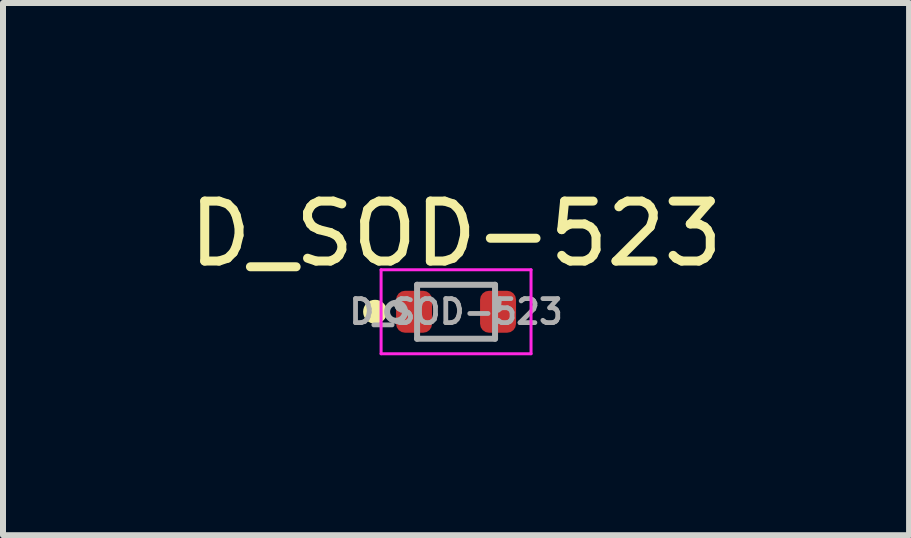
<source format=kicad_pcb>
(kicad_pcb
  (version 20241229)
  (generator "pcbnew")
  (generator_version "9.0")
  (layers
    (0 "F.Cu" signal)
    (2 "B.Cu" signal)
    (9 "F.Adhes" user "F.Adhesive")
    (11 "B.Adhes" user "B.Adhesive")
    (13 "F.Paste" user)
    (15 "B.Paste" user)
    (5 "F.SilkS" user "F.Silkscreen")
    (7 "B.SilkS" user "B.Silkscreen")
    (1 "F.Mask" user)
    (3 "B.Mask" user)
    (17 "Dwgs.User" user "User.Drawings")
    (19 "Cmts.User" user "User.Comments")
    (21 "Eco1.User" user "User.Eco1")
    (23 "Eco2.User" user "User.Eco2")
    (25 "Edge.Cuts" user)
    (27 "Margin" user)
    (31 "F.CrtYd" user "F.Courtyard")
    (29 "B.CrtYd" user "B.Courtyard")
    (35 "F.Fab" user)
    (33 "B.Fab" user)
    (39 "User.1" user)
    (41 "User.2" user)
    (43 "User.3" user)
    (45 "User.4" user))
  (footprint "D_SOD-523"
    (layer "F.Cu")
    (at 4.554 2.148)
    (property "Reference" "D_SOD-523" (at 0 -1.3 0) (layer "F.SilkS") (effects (font (size 1 1) (thickness 0.15))))
    (attr smd)
    (fp_circle (center -1.35 0) (end -1.2 0) (stroke (width 0.1) (type solid)) (fill yes) (layer "F.SilkS"))
    (fp_line (start -1.25 -0.7) (end 1.25 -0.7) (stroke (width 0.05) (type solid)) (layer "F.CrtYd"))
    (fp_line (start -1.25 0.7) (end -1.25 -0.7) (stroke (width 0.05) (type solid)) (layer "F.CrtYd"))
    (fp_line (start 1.25 -0.7) (end 1.25 0.7) (stroke (width 0.05) (type solid)) (layer "F.CrtYd"))
    (fp_line (start 1.25 0.7) (end -1.25 0.7) (stroke (width 0.05) (type solid)) (layer "F.CrtYd"))
    (fp_line (start -0.65 -0.45) (end 0.65 -0.45) (stroke (width 0.1) (type solid)) (layer "F.Fab"))
    (fp_line (start -0.65 0.45) (end -0.65 -0.45) (stroke (width 0.1) (type solid)) (layer "F.Fab"))
    (fp_line (start 0.65 -0.45) (end 0.65 0.45) (stroke (width 0.1) (type solid)) (layer "F.Fab"))
    (fp_line (start 0.65 0.45) (end -0.65 0.45) (stroke (width 0.1) (type solid)) (layer "F.Fab"))
    (fp_circle (center -1 0) (end -0.85 0) (stroke (width 0.1) (type solid)) (fill no) (layer "F.Fab"))
    (fp_text user "${REFERENCE}" (at 0 0 0) (layer "F.Fab") (effects (font (size 0.4 0.4) (thickness 0.08))))
    (pad "1" smd roundrect (at -0.7 0 180) (size 0.6 0.7) (layers "F.Cu" "F.Mask" "F.Paste") (roundrect_rratio 0.25))
    (pad "2" smd roundrect (at 0.7 0 180) (size 0.6 0.7) (layers "F.Cu" "F.Mask" "F.Paste") (roundrect_rratio 0.25)))
  (gr_rect
    (start -3 -3)
    (end 12.107 5.873)
    (stroke (width 0.1) (type default))
    (fill no)
    (layer "Edge.Cuts")))
</source>
